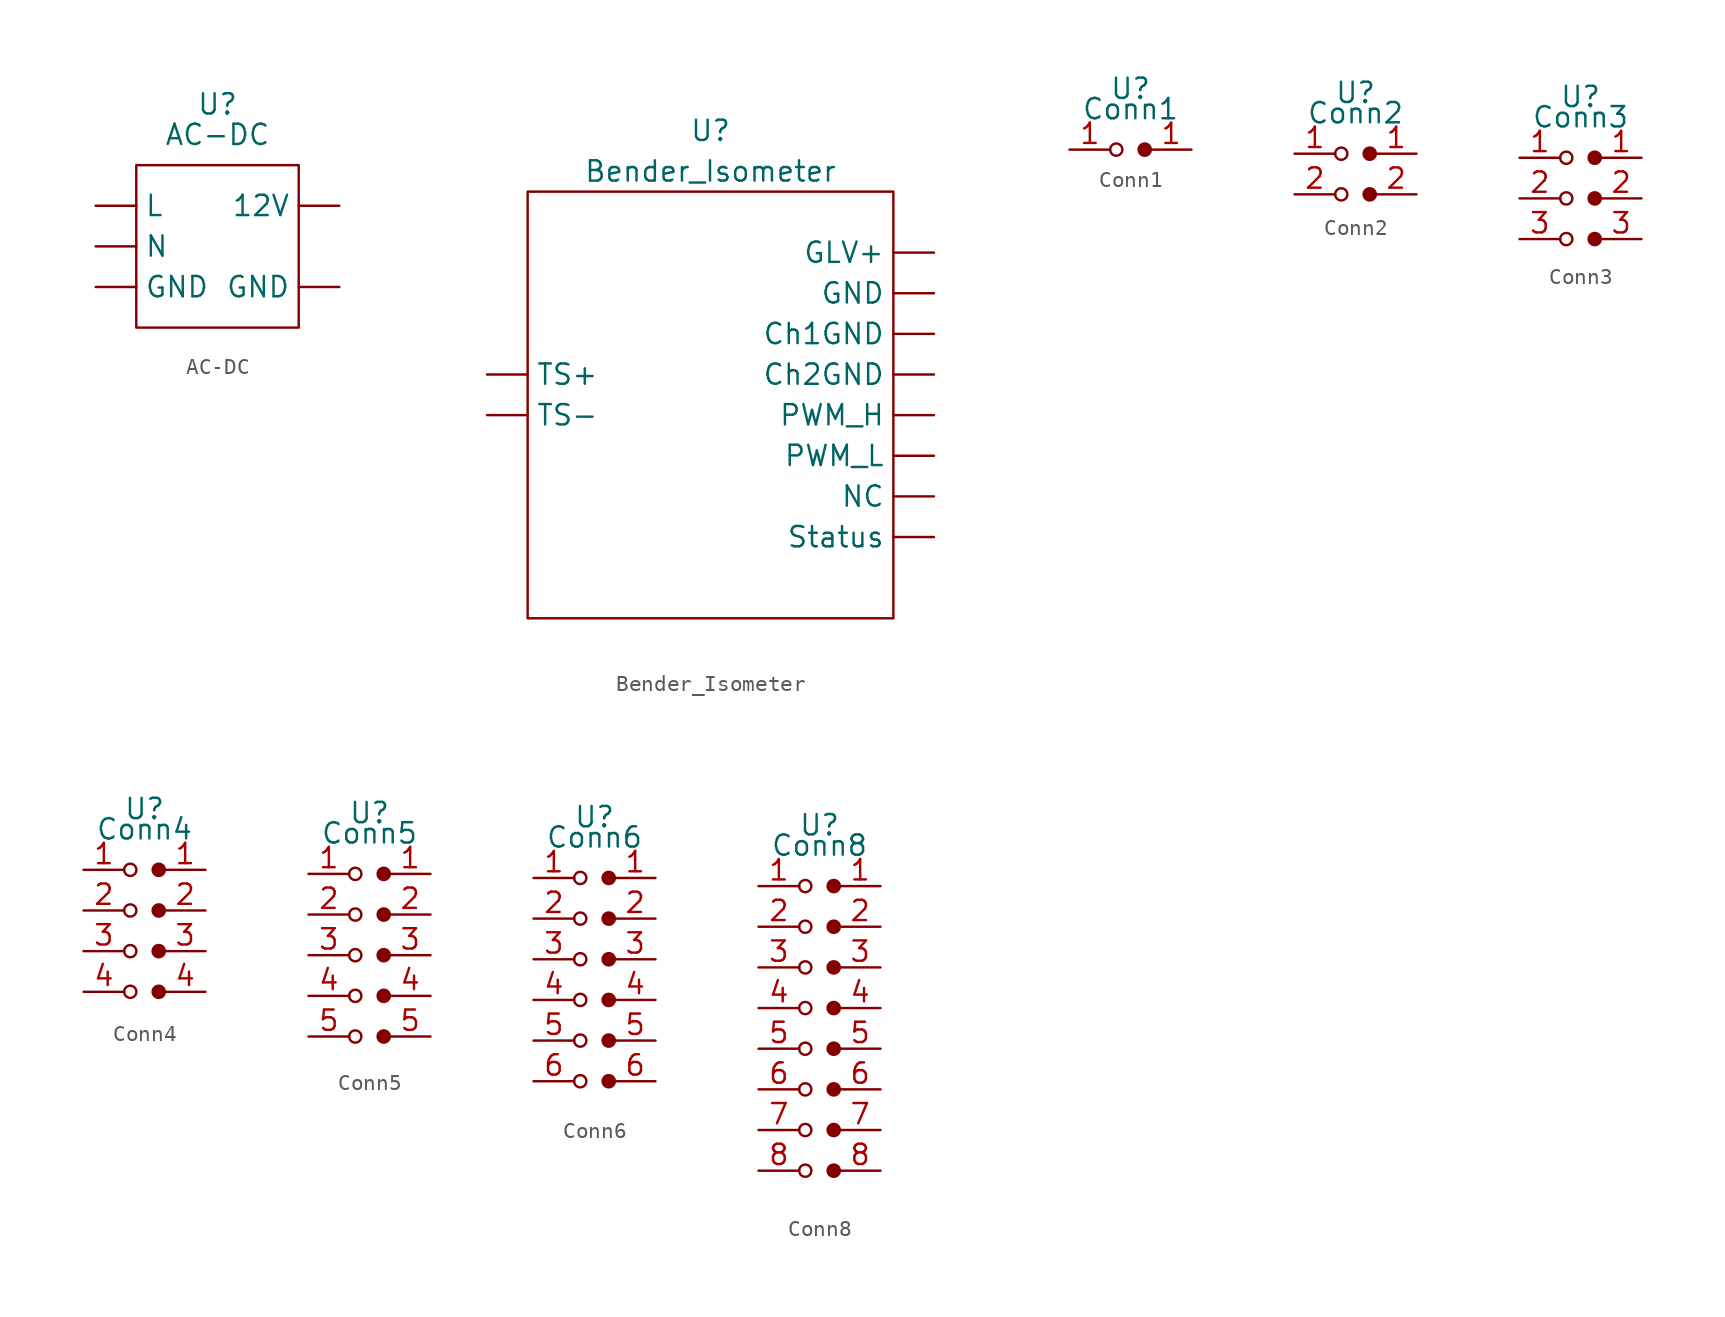
<source format=kicad_sym>
(kicad_symbol_lib
  (version 20211014)
  (generator kicad_symbol_editor)
  (symbol "AC-DC"
    (property "Reference" "U"
      (at 0 1.905 0)
      (effects (font (size 1.27 1.27))))
    (property "Value" "AC-DC"
      (at 0 0 0)
      (effects (font (size 1.27 1.27))))
    (symbol "AC-DC_0_1"
      (rectangle (start -5.08 -1.905) (end 5.08 -12.065) (stroke (width 0) (type default) (color 0 0 0 0)) (fill (type none))))
    (symbol "AC-DC_1_1"
      (pin bidirectional line (at 7.62 -4.445 180) (length 2.54) (name "12V" (effects (font (size 1.27 1.27)))) (number "" (effects (font (size 1.27 1.27)))))
      (pin bidirectional line (at -7.62 -9.525 0) (length 2.54) (name "GND" (effects (font (size 1.27 1.27)))) (number "" (effects (font (size 1.27 1.27)))))
      (pin bidirectional line (at 7.62 -9.525 180) (length 2.54) (name "GND" (effects (font (size 1.27 1.27)))) (number "" (effects (font (size 1.27 1.27)))))
      (pin bidirectional line (at -7.62 -4.445 0) (length 2.54) (name "L" (effects (font (size 1.27 1.27)))) (number "" (effects (font (size 1.27 1.27)))))
      (pin bidirectional line (at -7.62 -6.985 0) (length 2.54) (name "N" (effects (font (size 1.27 1.27)))) (number "" (effects (font (size 1.27 1.27)))))))
  (symbol "Bender_Isometer"
    (property "Reference" "U"
      (at 0 3.81 0)
      (effects (font (size 1.27 1.27))))
    (property "Value" "Bender_Isometer"
      (at 0 1.27 0)
      (effects (font (size 1.27 1.27))))
    (symbol "Bender_Isometer_0_1"
      (rectangle (start -11.43 0) (end 11.43 -26.67) (stroke (width 0) (type default) (color 0 0 0 0)) (fill (type none))))
    (symbol "Bender_Isometer_1_1"
      (pin bidirectional line (at 13.97 -8.89 180) (length 2.54) (name "Ch1GND" (effects (font (size 1.27 1.27)))) (number "" (effects (font (size 1.27 1.27)))))
      (pin bidirectional line (at 13.97 -11.43 180) (length 2.54) (name "Ch2GND" (effects (font (size 1.27 1.27)))) (number "" (effects (font (size 1.27 1.27)))))
      (pin bidirectional line (at 13.97 -3.81 180) (length 2.54) (name "GLV+" (effects (font (size 1.27 1.27)))) (number "" (effects (font (size 1.27 1.27)))))
      (pin bidirectional line (at 13.97 -6.35 180) (length 2.54) (name "GND" (effects (font (size 1.27 1.27)))) (number "" (effects (font (size 1.27 1.27)))))
      (pin bidirectional line (at 13.97 -19.05 180) (length 2.54) (name "NC" (effects (font (size 1.27 1.27)))) (number "" (effects (font (size 1.27 1.27)))))
      (pin bidirectional line (at 13.97 -13.97 180) (length 2.54) (name "PWM_H" (effects (font (size 1.27 1.27)))) (number "" (effects (font (size 1.27 1.27)))))
      (pin bidirectional line (at 13.97 -16.51 180) (length 2.54) (name "PWM_L" (effects (font (size 1.27 1.27)))) (number "" (effects (font (size 1.27 1.27)))))
      (pin bidirectional line (at 13.97 -21.59 180) (length 2.54) (name "Status" (effects (font (size 1.27 1.27)))) (number "" (effects (font (size 1.27 1.27)))))
      (pin bidirectional line (at -13.97 -11.43 0) (length 2.54) (name "TS+" (effects (font (size 1.27 1.27)))) (number "" (effects (font (size 1.27 1.27)))))
      (pin bidirectional line (at -13.97 -13.97 0) (length 2.54) (name "TS-" (effects (font (size 1.27 1.27)))) (number "" (effects (font (size 1.27 1.27)))))))
  (symbol "Conn1"
    (property "Reference" "U"
      (at 0 3.81 0)
      (effects (font (size 1.27 1.27))))
    (property "Value" "Conn1"
      (at 0 2.54 0)
      (effects (font (size 1.27 1.27))))
    (symbol "Conn1_0_1"
      (circle (center -0.889 0) (radius 0.381) (stroke (width 0) (type default) (color 0 0 0 0)) (fill (type none)))
      (circle (center 0.889 0) (radius 0.381) (stroke (width 0) (type default) (color 0 0 0 0)) (fill (type outline))))
    (symbol "Conn1_1_1"
      (pin bidirectional line (at -3.81 0 0) (length 2.54) (name "" (effects (font (size 1.27 1.27)))) (number "1" (effects (font (size 1.27 1.27)))))
      (pin bidirectional line (at 3.81 0 180) (length 2.54) (name "" (effects (font (size 1.27 1.27)))) (number "1" (effects (font (size 1.27 1.27)))))))
  (symbol "Conn2"
    (property "Reference" "U"
      (at 0 3.81 0)
      (effects (font (size 1.27 1.27))))
    (property "Value" "Conn2"
      (at 0 2.54 0)
      (effects (font (size 1.27 1.27))))
    (symbol "Conn2_0_1"
      (circle (center -0.889 -2.54) (radius 0.381) (stroke (width 0) (type default) (color 0 0 0 0)) (fill (type none)))
      (circle (center -0.889 0) (radius 0.381) (stroke (width 0) (type default) (color 0 0 0 0)) (fill (type none)))
      (circle (center 0.889 -2.54) (radius 0.381) (stroke (width 0) (type default) (color 0 0 0 0)) (fill (type outline)))
      (circle (center 0.889 0) (radius 0.381) (stroke (width 0) (type default) (color 0 0 0 0)) (fill (type outline))))
    (symbol "Conn2_1_1"
      (pin bidirectional line (at -3.81 0 0) (length 2.54) (name "" (effects (font (size 1.27 1.27)))) (number "1" (effects (font (size 1.27 1.27)))))
      (pin bidirectional line (at 3.81 0 180) (length 2.54) (name "" (effects (font (size 1.27 1.27)))) (number "1" (effects (font (size 1.27 1.27)))))
      (pin bidirectional line (at -3.81 -2.54 0) (length 2.54) (name "" (effects (font (size 1.27 1.27)))) (number "2" (effects (font (size 1.27 1.27)))))
      (pin bidirectional line (at 3.81 -2.54 180) (length 2.54) (name "" (effects (font (size 1.27 1.27)))) (number "2" (effects (font (size 1.27 1.27)))))))
  (symbol "Conn3"
    (property "Reference" "U"
      (at 0 3.81 0)
      (effects (font (size 1.27 1.27))))
    (property "Value" "Conn3"
      (at 0 2.54 0)
      (effects (font (size 1.27 1.27))))
    (symbol "Conn3_0_1"
      (circle (center -0.889 -5.08) (radius 0.381) (stroke (width 0) (type default) (color 0 0 0 0)) (fill (type none)))
      (circle (center -0.889 -2.54) (radius 0.381) (stroke (width 0) (type default) (color 0 0 0 0)) (fill (type none)))
      (circle (center -0.889 0) (radius 0.381) (stroke (width 0) (type default) (color 0 0 0 0)) (fill (type none)))
      (circle (center 0.889 -5.08) (radius 0.381) (stroke (width 0) (type default) (color 0 0 0 0)) (fill (type outline)))
      (circle (center 0.889 -2.54) (radius 0.381) (stroke (width 0) (type default) (color 0 0 0 0)) (fill (type outline)))
      (circle (center 0.889 0) (radius 0.381) (stroke (width 0) (type default) (color 0 0 0 0)) (fill (type outline))))
    (symbol "Conn3_1_1"
      (pin bidirectional line (at -3.81 0 0) (length 2.54) (name "" (effects (font (size 1.27 1.27)))) (number "1" (effects (font (size 1.27 1.27)))))
      (pin bidirectional line (at 3.81 0 180) (length 2.54) (name "" (effects (font (size 1.27 1.27)))) (number "1" (effects (font (size 1.27 1.27)))))
      (pin bidirectional line (at -3.81 -2.54 0) (length 2.54) (name "" (effects (font (size 1.27 1.27)))) (number "2" (effects (font (size 1.27 1.27)))))
      (pin bidirectional line (at 3.81 -2.54 180) (length 2.54) (name "" (effects (font (size 1.27 1.27)))) (number "2" (effects (font (size 1.27 1.27)))))
      (pin bidirectional line (at -3.81 -5.08 0) (length 2.54) (name "" (effects (font (size 1.27 1.27)))) (number "3" (effects (font (size 1.27 1.27)))))
      (pin bidirectional line (at 3.81 -5.08 180) (length 2.54) (name "" (effects (font (size 1.27 1.27)))) (number "3" (effects (font (size 1.27 1.27)))))))
  (symbol "Conn4"
    (property "Reference" "U"
      (at 0 3.81 0)
      (effects (font (size 1.27 1.27))))
    (property "Value" "Conn4"
      (at 0 2.54 0)
      (effects (font (size 1.27 1.27))))
    (symbol "Conn4_0_1"
      (circle (center -0.889 -7.62) (radius 0.381) (stroke (width 0) (type default) (color 0 0 0 0)) (fill (type none)))
      (circle (center -0.889 -5.08) (radius 0.381) (stroke (width 0) (type default) (color 0 0 0 0)) (fill (type none)))
      (circle (center -0.889 -2.54) (radius 0.381) (stroke (width 0) (type default) (color 0 0 0 0)) (fill (type none)))
      (circle (center -0.889 0) (radius 0.381) (stroke (width 0) (type default) (color 0 0 0 0)) (fill (type none)))
      (circle (center 0.889 -7.62) (radius 0.381) (stroke (width 0) (type default) (color 0 0 0 0)) (fill (type outline)))
      (circle (center 0.889 -5.08) (radius 0.381) (stroke (width 0) (type default) (color 0 0 0 0)) (fill (type outline)))
      (circle (center 0.889 -2.54) (radius 0.381) (stroke (width 0) (type default) (color 0 0 0 0)) (fill (type outline)))
      (circle (center 0.889 0) (radius 0.381) (stroke (width 0) (type default) (color 0 0 0 0)) (fill (type outline))))
    (symbol "Conn4_1_1"
      (pin bidirectional line (at -3.81 0 0) (length 2.54) (name "" (effects (font (size 1.27 1.27)))) (number "1" (effects (font (size 1.27 1.27)))))
      (pin bidirectional line (at 3.81 0 180) (length 2.54) (name "" (effects (font (size 1.27 1.27)))) (number "1" (effects (font (size 1.27 1.27)))))
      (pin bidirectional line (at -3.81 -2.54 0) (length 2.54) (name "" (effects (font (size 1.27 1.27)))) (number "2" (effects (font (size 1.27 1.27)))))
      (pin bidirectional line (at 3.81 -2.54 180) (length 2.54) (name "" (effects (font (size 1.27 1.27)))) (number "2" (effects (font (size 1.27 1.27)))))
      (pin bidirectional line (at -3.81 -5.08 0) (length 2.54) (name "" (effects (font (size 1.27 1.27)))) (number "3" (effects (font (size 1.27 1.27)))))
      (pin bidirectional line (at 3.81 -5.08 180) (length 2.54) (name "" (effects (font (size 1.27 1.27)))) (number "3" (effects (font (size 1.27 1.27)))))
      (pin bidirectional line (at -3.81 -7.62 0) (length 2.54) (name "" (effects (font (size 1.27 1.27)))) (number "4" (effects (font (size 1.27 1.27)))))
      (pin bidirectional line (at 3.81 -7.62 180) (length 2.54) (name "" (effects (font (size 1.27 1.27)))) (number "4" (effects (font (size 1.27 1.27)))))))
  (symbol "Conn5"
    (property "Reference" "U"
      (at 0 3.81 0)
      (effects (font (size 1.27 1.27))))
    (property "Value" "Conn5"
      (at 0 2.54 0)
      (effects (font (size 1.27 1.27))))
    (symbol "Conn5_0_1"
      (circle (center -0.889 -10.16) (radius 0.381) (stroke (width 0) (type default) (color 0 0 0 0)) (fill (type none)))
      (circle (center -0.889 -7.62) (radius 0.381) (stroke (width 0) (type default) (color 0 0 0 0)) (fill (type none)))
      (circle (center -0.889 -5.08) (radius 0.381) (stroke (width 0) (type default) (color 0 0 0 0)) (fill (type none)))
      (circle (center -0.889 -2.54) (radius 0.381) (stroke (width 0) (type default) (color 0 0 0 0)) (fill (type none)))
      (circle (center -0.889 0) (radius 0.381) (stroke (width 0) (type default) (color 0 0 0 0)) (fill (type none)))
      (circle (center 0.889 -10.16) (radius 0.381) (stroke (width 0) (type default) (color 0 0 0 0)) (fill (type outline)))
      (circle (center 0.889 -7.62) (radius 0.381) (stroke (width 0) (type default) (color 0 0 0 0)) (fill (type outline)))
      (circle (center 0.889 -5.08) (radius 0.381) (stroke (width 0) (type default) (color 0 0 0 0)) (fill (type outline)))
      (circle (center 0.889 -2.54) (radius 0.381) (stroke (width 0) (type default) (color 0 0 0 0)) (fill (type outline)))
      (circle (center 0.889 0) (radius 0.381) (stroke (width 0) (type default) (color 0 0 0 0)) (fill (type outline))))
    (symbol "Conn5_1_1"
      (pin bidirectional line (at -3.81 0 0) (length 2.54) (name "" (effects (font (size 1.27 1.27)))) (number "1" (effects (font (size 1.27 1.27)))))
      (pin bidirectional line (at 3.81 0 180) (length 2.54) (name "" (effects (font (size 1.27 1.27)))) (number "1" (effects (font (size 1.27 1.27)))))
      (pin bidirectional line (at -3.81 -2.54 0) (length 2.54) (name "" (effects (font (size 1.27 1.27)))) (number "2" (effects (font (size 1.27 1.27)))))
      (pin bidirectional line (at 3.81 -2.54 180) (length 2.54) (name "" (effects (font (size 1.27 1.27)))) (number "2" (effects (font (size 1.27 1.27)))))
      (pin bidirectional line (at -3.81 -5.08 0) (length 2.54) (name "" (effects (font (size 1.27 1.27)))) (number "3" (effects (font (size 1.27 1.27)))))
      (pin bidirectional line (at 3.81 -5.08 180) (length 2.54) (name "" (effects (font (size 1.27 1.27)))) (number "3" (effects (font (size 1.27 1.27)))))
      (pin bidirectional line (at -3.81 -7.62 0) (length 2.54) (name "" (effects (font (size 1.27 1.27)))) (number "4" (effects (font (size 1.27 1.27)))))
      (pin bidirectional line (at 3.81 -7.62 180) (length 2.54) (name "" (effects (font (size 1.27 1.27)))) (number "4" (effects (font (size 1.27 1.27)))))
      (pin bidirectional line (at -3.81 -10.16 0) (length 2.54) (name "" (effects (font (size 1.27 1.27)))) (number "5" (effects (font (size 1.27 1.27)))))
      (pin bidirectional line (at 3.81 -10.16 180) (length 2.54) (name "" (effects (font (size 1.27 1.27)))) (number "5" (effects (font (size 1.27 1.27)))))))
  (symbol "Conn6"
    (property "Reference" "U"
      (at 0 3.81 0)
      (effects (font (size 1.27 1.27))))
    (property "Value" "Conn6"
      (at 0 2.54 0)
      (effects (font (size 1.27 1.27))))
    (symbol "Conn6_0_1"
      (circle (center -0.889 -12.7) (radius 0.381) (stroke (width 0) (type default) (color 0 0 0 0)) (fill (type none)))
      (circle (center -0.889 -10.16) (radius 0.381) (stroke (width 0) (type default) (color 0 0 0 0)) (fill (type none)))
      (circle (center -0.889 -7.62) (radius 0.381) (stroke (width 0) (type default) (color 0 0 0 0)) (fill (type none)))
      (circle (center -0.889 -5.08) (radius 0.381) (stroke (width 0) (type default) (color 0 0 0 0)) (fill (type none)))
      (circle (center -0.889 -2.54) (radius 0.381) (stroke (width 0) (type default) (color 0 0 0 0)) (fill (type none)))
      (circle (center -0.889 0) (radius 0.381) (stroke (width 0) (type default) (color 0 0 0 0)) (fill (type none)))
      (circle (center 0.889 -12.7) (radius 0.381) (stroke (width 0) (type default) (color 0 0 0 0)) (fill (type outline)))
      (circle (center 0.889 -10.16) (radius 0.381) (stroke (width 0) (type default) (color 0 0 0 0)) (fill (type outline)))
      (circle (center 0.889 -7.62) (radius 0.381) (stroke (width 0) (type default) (color 0 0 0 0)) (fill (type outline)))
      (circle (center 0.889 -5.08) (radius 0.381) (stroke (width 0) (type default) (color 0 0 0 0)) (fill (type outline)))
      (circle (center 0.889 -2.54) (radius 0.381) (stroke (width 0) (type default) (color 0 0 0 0)) (fill (type outline)))
      (circle (center 0.889 0) (radius 0.381) (stroke (width 0) (type default) (color 0 0 0 0)) (fill (type outline))))
    (symbol "Conn6_1_1"
      (pin bidirectional line (at -3.81 0 0) (length 2.54) (name "" (effects (font (size 1.27 1.27)))) (number "1" (effects (font (size 1.27 1.27)))))
      (pin bidirectional line (at 3.81 0 180) (length 2.54) (name "" (effects (font (size 1.27 1.27)))) (number "1" (effects (font (size 1.27 1.27)))))
      (pin bidirectional line (at -3.81 -2.54 0) (length 2.54) (name "" (effects (font (size 1.27 1.27)))) (number "2" (effects (font (size 1.27 1.27)))))
      (pin bidirectional line (at 3.81 -2.54 180) (length 2.54) (name "" (effects (font (size 1.27 1.27)))) (number "2" (effects (font (size 1.27 1.27)))))
      (pin bidirectional line (at -3.81 -5.08 0) (length 2.54) (name "" (effects (font (size 1.27 1.27)))) (number "3" (effects (font (size 1.27 1.27)))))
      (pin bidirectional line (at 3.81 -5.08 180) (length 2.54) (name "" (effects (font (size 1.27 1.27)))) (number "3" (effects (font (size 1.27 1.27)))))
      (pin bidirectional line (at -3.81 -7.62 0) (length 2.54) (name "" (effects (font (size 1.27 1.27)))) (number "4" (effects (font (size 1.27 1.27)))))
      (pin bidirectional line (at 3.81 -7.62 180) (length 2.54) (name "" (effects (font (size 1.27 1.27)))) (number "4" (effects (font (size 1.27 1.27)))))
      (pin bidirectional line (at -3.81 -10.16 0) (length 2.54) (name "" (effects (font (size 1.27 1.27)))) (number "5" (effects (font (size 1.27 1.27)))))
      (pin bidirectional line (at 3.81 -10.16 180) (length 2.54) (name "" (effects (font (size 1.27 1.27)))) (number "5" (effects (font (size 1.27 1.27)))))
      (pin bidirectional line (at -3.81 -12.7 0) (length 2.54) (name "" (effects (font (size 1.27 1.27)))) (number "6" (effects (font (size 1.27 1.27)))))
      (pin bidirectional line (at 3.81 -12.7 180) (length 2.54) (name "" (effects (font (size 1.27 1.27)))) (number "6" (effects (font (size 1.27 1.27)))))))
  (symbol "Conn8"
    (property "Reference" "U"
      (at 0 3.81 0)
      (effects (font (size 1.27 1.27))))
    (property "Value" "Conn8"
      (at 0 2.54 0)
      (effects (font (size 1.27 1.27))))
    (symbol "Conn8_0_1"
      (circle (center -0.889 -17.78) (radius 0.381) (stroke (width 0) (type default) (color 0 0 0 0)) (fill (type none)))
      (circle (center -0.889 -15.24) (radius 0.381) (stroke (width 0) (type default) (color 0 0 0 0)) (fill (type none)))
      (circle (center -0.889 -12.7) (radius 0.381) (stroke (width 0) (type default) (color 0 0 0 0)) (fill (type none)))
      (circle (center -0.889 -10.16) (radius 0.381) (stroke (width 0) (type default) (color 0 0 0 0)) (fill (type none)))
      (circle (center -0.889 -7.62) (radius 0.381) (stroke (width 0) (type default) (color 0 0 0 0)) (fill (type none)))
      (circle (center -0.889 -5.08) (radius 0.381) (stroke (width 0) (type default) (color 0 0 0 0)) (fill (type none)))
      (circle (center -0.889 -2.54) (radius 0.381) (stroke (width 0) (type default) (color 0 0 0 0)) (fill (type none)))
      (circle (center -0.889 0) (radius 0.381) (stroke (width 0) (type default) (color 0 0 0 0)) (fill (type none)))
      (circle (center 0.889 -17.78) (radius 0.381) (stroke (width 0) (type default) (color 0 0 0 0)) (fill (type outline)))
      (circle (center 0.889 -15.24) (radius 0.381) (stroke (width 0) (type default) (color 0 0 0 0)) (fill (type outline)))
      (circle (center 0.889 -12.7) (radius 0.381) (stroke (width 0) (type default) (color 0 0 0 0)) (fill (type outline)))
      (circle (center 0.889 -10.16) (radius 0.381) (stroke (width 0) (type default) (color 0 0 0 0)) (fill (type outline)))
      (circle (center 0.889 -7.62) (radius 0.381) (stroke (width 0) (type default) (color 0 0 0 0)) (fill (type outline)))
      (circle (center 0.889 -5.08) (radius 0.381) (stroke (width 0) (type default) (color 0 0 0 0)) (fill (type outline)))
      (circle (center 0.889 -2.54) (radius 0.381) (stroke (width 0) (type default) (color 0 0 0 0)) (fill (type outline)))
      (circle (center 0.889 0) (radius 0.381) (stroke (width 0) (type default) (color 0 0 0 0)) (fill (type outline))))
    (symbol "Conn8_1_1"
      (pin bidirectional line (at -3.81 0 0) (length 2.54) (name "" (effects (font (size 1.27 1.27)))) (number "1" (effects (font (size 1.27 1.27)))))
      (pin bidirectional line (at 3.81 0 180) (length 2.54) (name "" (effects (font (size 1.27 1.27)))) (number "1" (effects (font (size 1.27 1.27)))))
      (pin bidirectional line (at -3.81 -2.54 0) (length 2.54) (name "" (effects (font (size 1.27 1.27)))) (number "2" (effects (font (size 1.27 1.27)))))
      (pin bidirectional line (at 3.81 -2.54 180) (length 2.54) (name "" (effects (font (size 1.27 1.27)))) (number "2" (effects (font (size 1.27 1.27)))))
      (pin bidirectional line (at -3.81 -5.08 0) (length 2.54) (name "" (effects (font (size 1.27 1.27)))) (number "3" (effects (font (size 1.27 1.27)))))
      (pin bidirectional line (at 3.81 -5.08 180) (length 2.54) (name "" (effects (font (size 1.27 1.27)))) (number "3" (effects (font (size 1.27 1.27)))))
      (pin bidirectional line (at -3.81 -7.62 0) (length 2.54) (name "" (effects (font (size 1.27 1.27)))) (number "4" (effects (font (size 1.27 1.27)))))
      (pin bidirectional line (at 3.81 -7.62 180) (length 2.54) (name "" (effects (font (size 1.27 1.27)))) (number "4" (effects (font (size 1.27 1.27)))))
      (pin bidirectional line (at -3.81 -10.16 0) (length 2.54) (name "" (effects (font (size 1.27 1.27)))) (number "5" (effects (font (size 1.27 1.27)))))
      (pin bidirectional line (at 3.81 -10.16 180) (length 2.54) (name "" (effects (font (size 1.27 1.27)))) (number "5" (effects (font (size 1.27 1.27)))))
      (pin bidirectional line (at -3.81 -12.7 0) (length 2.54) (name "" (effects (font (size 1.27 1.27)))) (number "6" (effects (font (size 1.27 1.27)))))
      (pin bidirectional line (at 3.81 -12.7 180) (length 2.54) (name "" (effects (font (size 1.27 1.27)))) (number "6" (effects (font (size 1.27 1.27)))))
      (pin bidirectional line (at -3.81 -15.24 0) (length 2.54) (name "" (effects (font (size 1.27 1.27)))) (number "7" (effects (font (size 1.27 1.27)))))
      (pin bidirectional line (at 3.81 -15.24 180) (length 2.54) (name "" (effects (font (size 1.27 1.27)))) (number "7" (effects (font (size 1.27 1.27)))))
      (pin bidirectional line (at -3.81 -17.78 0) (length 2.54) (name "" (effects (font (size 1.27 1.27)))) (number "8" (effects (font (size 1.27 1.27)))))
      (pin bidirectional line (at 3.81 -17.78 180) (length 2.54) (name "" (effects (font (size 1.27 1.27)))) (number "8" (effects (font (size 1.27 1.27))))))))
</source>
